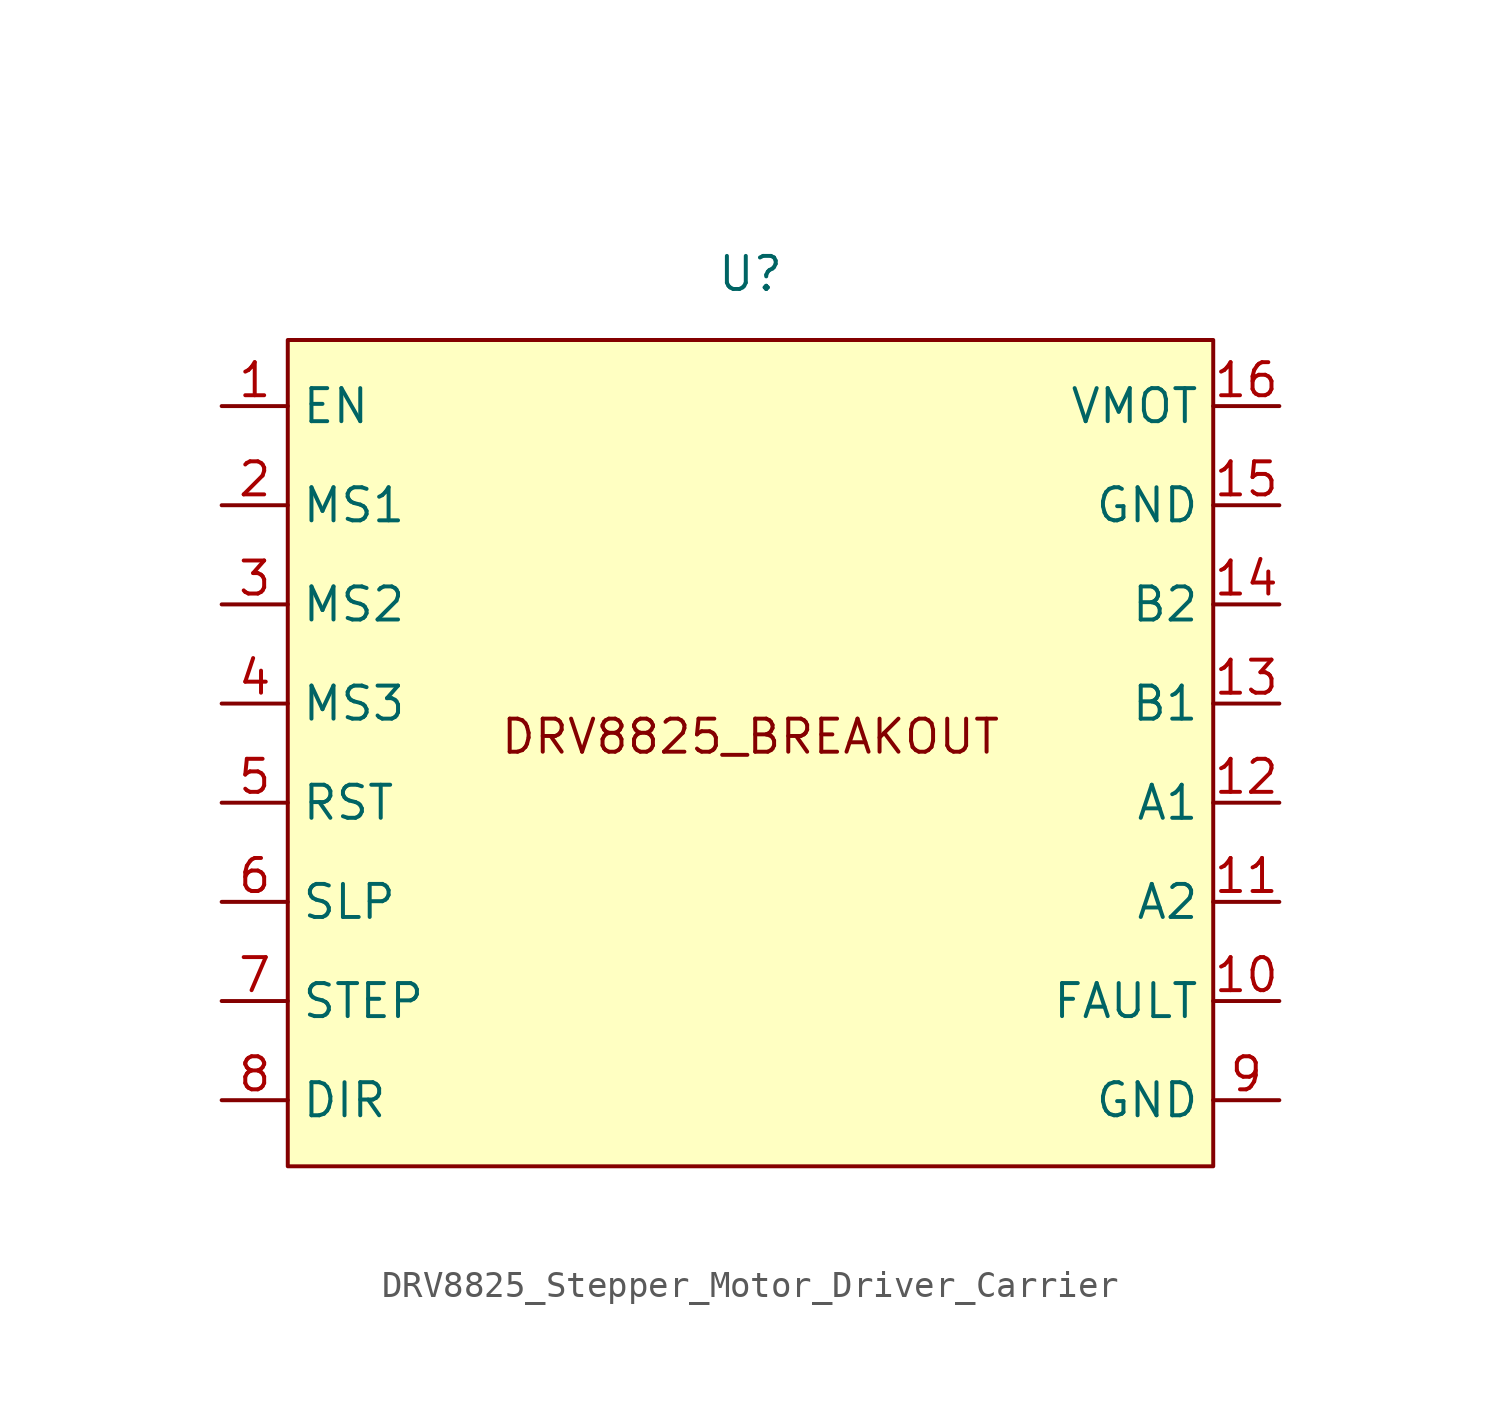
<source format=kicad_sym>
(kicad_symbol_lib
  (version 20220914)
  (generator kicad_symbol_editor)
  (symbol "DRV8825_Stepper_Motor_Driver_Carrier"
    (property "Reference" "U"
      (at 0 17.78 0)
      (effects (font (size 1.27 1.27))))
    (property "Value" ""
      (at 0 20.32 0)
      (effects (font (size 1.27 1.27))))
    (symbol "DRV8825_Stepper_Motor_Driver_Carrier_1_1"
      (rectangle (start -17.78 15.24) (end 17.78 -16.51) (stroke (width 0) (type default)) (fill (type background)))
      (text "DRV8825_BREAKOUT" (at 0 0 0) (effects (font (size 1.27 1.27))))
      (pin input line (at -20.32 12.7 0) (length 2.54) (name "EN" (effects (font (size 1.27 1.27)))) (number "1" (effects (font (size 1.27 1.27)))))
      (pin input line (at 20.32 -10.16 180) (length 2.54) (name "FAULT" (effects (font (size 1.27 1.27)))) (number "10" (effects (font (size 1.27 1.27)))))
      (pin input line (at 20.32 -6.35 180) (length 2.54) (name "A2" (effects (font (size 1.27 1.27)))) (number "11" (effects (font (size 1.27 1.27)))))
      (pin input line (at 20.32 -2.54 180) (length 2.54) (name "A1" (effects (font (size 1.27 1.27)))) (number "12" (effects (font (size 1.27 1.27)))))
      (pin input line (at 20.32 1.27 180) (length 2.54) (name "B1" (effects (font (size 1.27 1.27)))) (number "13" (effects (font (size 1.27 1.27)))))
      (pin input line (at 20.32 5.08 180) (length 2.54) (name "B2" (effects (font (size 1.27 1.27)))) (number "14" (effects (font (size 1.27 1.27)))))
      (pin power_in line (at 20.32 8.89 180) (length 2.54) (name "GND" (effects (font (size 1.27 1.27)))) (number "15" (effects (font (size 1.27 1.27)))))
      (pin input line (at 20.32 12.7 180) (length 2.54) (name "VMOT" (effects (font (size 1.27 1.27)))) (number "16" (effects (font (size 1.27 1.27)))))
      (pin input line (at -20.32 8.89 0) (length 2.54) (name "MS1" (effects (font (size 1.27 1.27)))) (number "2" (effects (font (size 1.27 1.27)))))
      (pin input line (at -20.32 5.08 0) (length 2.54) (name "MS2" (effects (font (size 1.27 1.27)))) (number "3" (effects (font (size 1.27 1.27)))))
      (pin input line (at -20.32 1.27 0) (length 2.54) (name "MS3" (effects (font (size 1.27 1.27)))) (number "4" (effects (font (size 1.27 1.27)))))
      (pin input line (at -20.32 -2.54 0) (length 2.54) (name "RST" (effects (font (size 1.27 1.27)))) (number "5" (effects (font (size 1.27 1.27)))))
      (pin input line (at -20.32 -6.35 0) (length 2.54) (name "SLP" (effects (font (size 1.27 1.27)))) (number "6" (effects (font (size 1.27 1.27)))))
      (pin input line (at -20.32 -10.16 0) (length 2.54) (name "STEP" (effects (font (size 1.27 1.27)))) (number "7" (effects (font (size 1.27 1.27)))))
      (pin input line (at -20.32 -13.97 0) (length 2.54) (name "DIR" (effects (font (size 1.27 1.27)))) (number "8" (effects (font (size 1.27 1.27)))))
      (pin power_in line (at 20.32 -13.97 180) (length 2.54) (name "GND" (effects (font (size 1.27 1.27)))) (number "9" (effects (font (size 1.27 1.27))))))))
</source>
